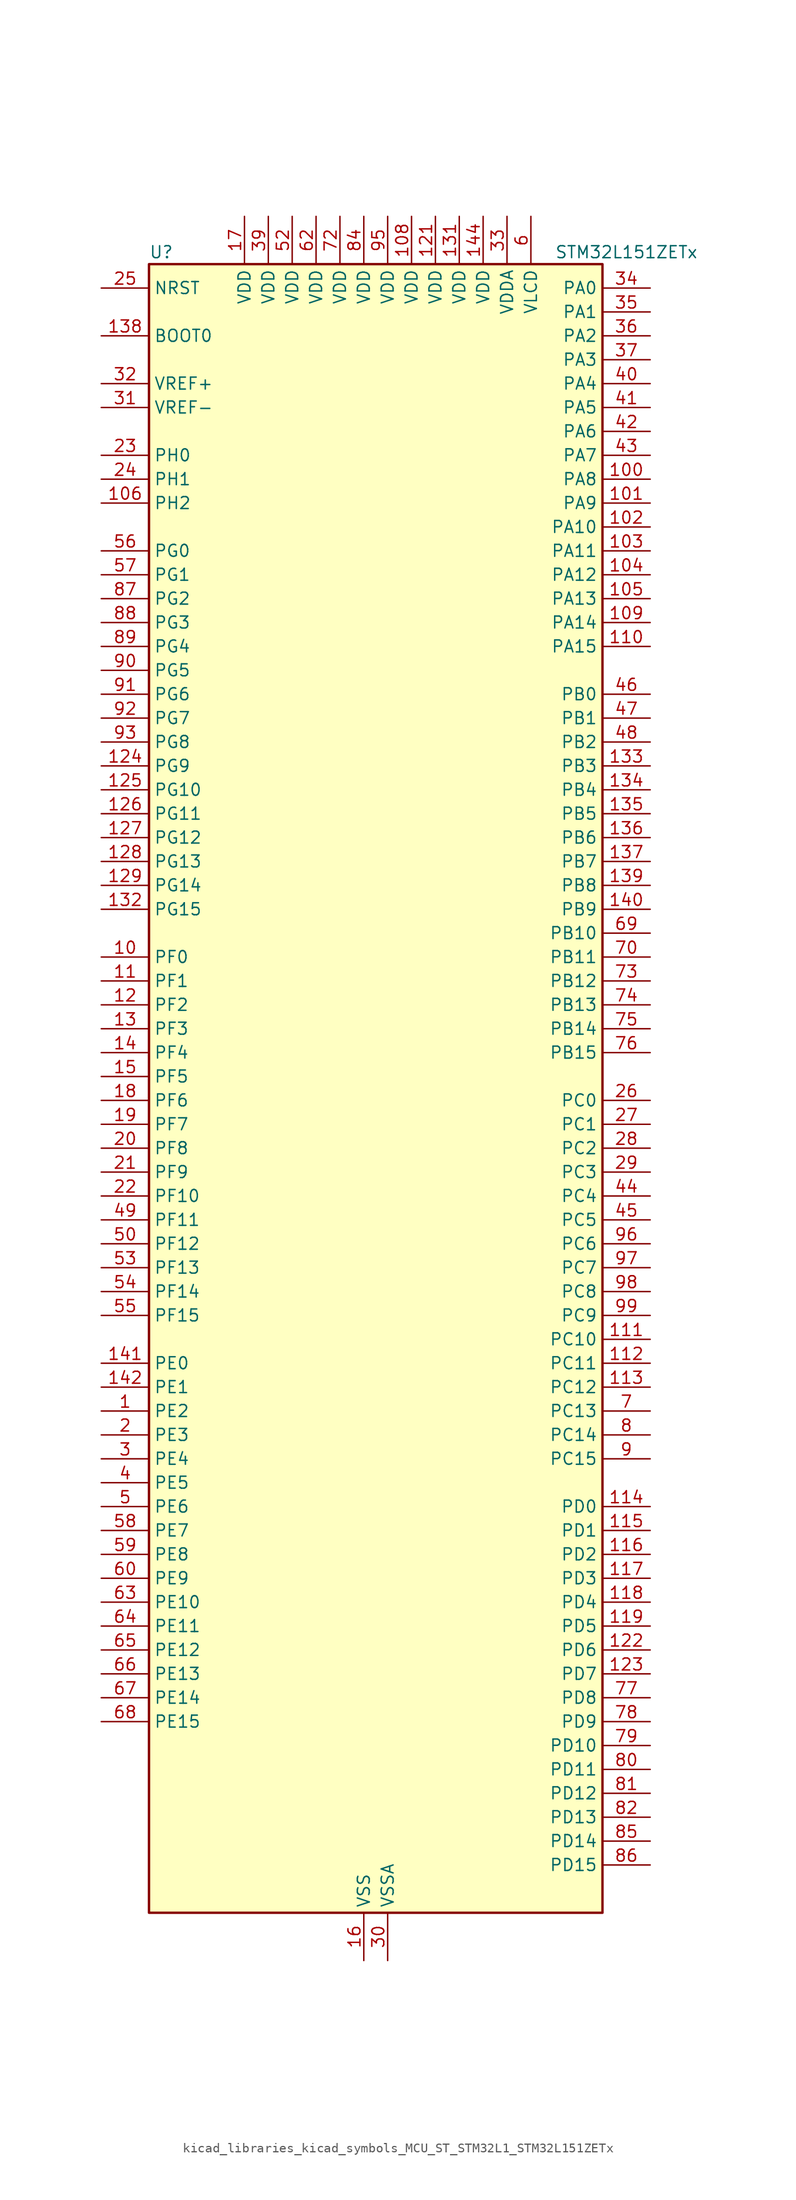
<source format=kicad_sym>
(kicad_symbol_lib
  (version 20220914)
  (generator kicad_symbol_editor)
  (symbol "kicad_libraries_kicad_symbols_MCU_ST_STM32L1_STM32L151ZETx"
    (property "Reference" "U"
      (at -22.86 90.17 0)
      (effects (font (size 1.27 1.27)) (justify left)))
    (property "Value" "STM32L151ZETx"
      (at 20.32 90.17 0)
      (effects (font (size 1.27 1.27)) (justify left)))
    (property "ki_locked" ""
      (at 0 0 0)
      (effects (font (size 1.27 1.27))))
    (symbol "kicad_libraries_kicad_symbols_MCU_ST_STM32L1_STM32L151ZETx_0_1"
      (rectangle (start -22.86 -86.36) (end 25.4 88.9) (stroke (width 0.254) (type default)) (fill (type background))))
    (symbol "kicad_libraries_kicad_symbols_MCU_ST_STM32L1_STM32L151ZETx_1_1"
      (pin bidirectional line (at -27.94 -33.02 0) (length 5.08) (name "PE2" (effects (font (size 1.27 1.27)))) (number "1" (effects (font (size 1.27 1.27)))) (alternate "SYS_TRACECK" bidirectional line) (alternate "TIM3_ETR" bidirectional line) (alternate "TIMX_IC3" bidirectional line))
      (pin bidirectional line (at -27.94 15.24 0) (length 5.08) (name "PF0" (effects (font (size 1.27 1.27)))) (number "10" (effects (font (size 1.27 1.27)))))
      (pin bidirectional line (at 30.48 66.04 180) (length 5.08) (name "PA8" (effects (font (size 1.27 1.27)))) (number "100" (effects (font (size 1.27 1.27)))) (alternate "RCC_MCO" bidirectional line) (alternate "TIMX_IC1" bidirectional line) (alternate "TS_G4_IO1" bidirectional line) (alternate "USART1_CK" bidirectional line))
      (pin bidirectional line (at 30.48 63.5 180) (length 5.08) (name "PA9" (effects (font (size 1.27 1.27)))) (number "101" (effects (font (size 1.27 1.27)))) (alternate "DAC_EXTI9" bidirectional line) (alternate "TIMX_IC2" bidirectional line) (alternate "TS_G4_IO2" bidirectional line) (alternate "USART1_TX" bidirectional line))
      (pin bidirectional line (at 30.48 60.96 180) (length 5.08) (name "PA10" (effects (font (size 1.27 1.27)))) (number "102" (effects (font (size 1.27 1.27)))) (alternate "TIMX_IC3" bidirectional line) (alternate "TS_G4_IO3" bidirectional line) (alternate "USART1_RX" bidirectional line))
      (pin bidirectional line (at 30.48 58.42 180) (length 5.08) (name "PA11" (effects (font (size 1.27 1.27)))) (number "103" (effects (font (size 1.27 1.27)))) (alternate "ADC_EXTI11" bidirectional line) (alternate "SPI1_MISO" bidirectional line) (alternate "TIMX_IC4" bidirectional line) (alternate "USART1_CTS" bidirectional line) (alternate "USB_DM" bidirectional line))
      (pin bidirectional line (at 30.48 55.88 180) (length 5.08) (name "PA12" (effects (font (size 1.27 1.27)))) (number "104" (effects (font (size 1.27 1.27)))) (alternate "SPI1_MOSI" bidirectional line) (alternate "TIMX_IC1" bidirectional line) (alternate "USART1_RTS" bidirectional line) (alternate "USB_DP" bidirectional line))
      (pin bidirectional line (at 30.48 53.34 180) (length 5.08) (name "PA13" (effects (font (size 1.27 1.27)))) (number "105" (effects (font (size 1.27 1.27)))) (alternate "SYS_JTMS-SWDIO" bidirectional line) (alternate "TIMX_IC2" bidirectional line) (alternate "TS_G5_IO1" bidirectional line))
      (pin bidirectional line (at -27.94 63.5 0) (length 5.08) (name "PH2" (effects (font (size 1.27 1.27)))) (number "106" (effects (font (size 1.27 1.27)))))
      (pin passive line (at 0 -91.44 90) (length 5.08) hide (name "VSS" (effects (font (size 1.27 1.27)))) (number "107" (effects (font (size 1.27 1.27)))))
      (pin power_in line (at 5.08 93.98 270) (length 5.08) (name "VDD" (effects (font (size 1.27 1.27)))) (number "108" (effects (font (size 1.27 1.27)))))
      (pin bidirectional line (at 30.48 50.8 180) (length 5.08) (name "PA14" (effects (font (size 1.27 1.27)))) (number "109" (effects (font (size 1.27 1.27)))) (alternate "SYS_JTCK-SWCLK" bidirectional line) (alternate "TIMX_IC3" bidirectional line) (alternate "TS_G5_IO2" bidirectional line))
      (pin bidirectional line (at -27.94 12.7 0) (length 5.08) (name "PF1" (effects (font (size 1.27 1.27)))) (number "11" (effects (font (size 1.27 1.27)))))
      (pin bidirectional line (at 30.48 48.26 180) (length 5.08) (name "PA15" (effects (font (size 1.27 1.27)))) (number "110" (effects (font (size 1.27 1.27)))) (alternate "ADC_EXTI15" bidirectional line) (alternate "I2S3_WS" bidirectional line) (alternate "SPI1_NSS" bidirectional line) (alternate "SPI3_NSS" bidirectional line) (alternate "SYS_JTDI" bidirectional line) (alternate "TIM2_CH1" bidirectional line) (alternate "TIM2_ETR" bidirectional line) (alternate "TIMX_IC4" bidirectional line) (alternate "TS_G5_IO3" bidirectional line))
      (pin bidirectional line (at 30.48 -25.4 180) (length 5.08) (name "PC10" (effects (font (size 1.27 1.27)))) (number "111" (effects (font (size 1.27 1.27)))) (alternate "I2S3_CK" bidirectional line) (alternate "SPI3_SCK" bidirectional line) (alternate "TIMX_IC3" bidirectional line) (alternate "UART4_TX" bidirectional line) (alternate "USART3_TX" bidirectional line))
      (pin bidirectional line (at 30.48 -27.94 180) (length 5.08) (name "PC11" (effects (font (size 1.27 1.27)))) (number "112" (effects (font (size 1.27 1.27)))) (alternate "ADC_EXTI11" bidirectional line) (alternate "SPI3_MISO" bidirectional line) (alternate "TIMX_IC4" bidirectional line) (alternate "UART4_RX" bidirectional line) (alternate "USART3_RX" bidirectional line))
      (pin bidirectional line (at 30.48 -30.48 180) (length 5.08) (name "PC12" (effects (font (size 1.27 1.27)))) (number "113" (effects (font (size 1.27 1.27)))) (alternate "I2S3_SD" bidirectional line) (alternate "SPI3_MOSI" bidirectional line) (alternate "TIMX_IC1" bidirectional line) (alternate "UART5_TX" bidirectional line) (alternate "USART3_CK" bidirectional line))
      (pin bidirectional line (at 30.48 -43.18 180) (length 5.08) (name "PD0" (effects (font (size 1.27 1.27)))) (number "114" (effects (font (size 1.27 1.27)))) (alternate "I2S2_WS" bidirectional line) (alternate "SPI2_NSS" bidirectional line) (alternate "TIM9_CH1" bidirectional line) (alternate "TIMX_IC1" bidirectional line))
      (pin bidirectional line (at 30.48 -45.72 180) (length 5.08) (name "PD1" (effects (font (size 1.27 1.27)))) (number "115" (effects (font (size 1.27 1.27)))) (alternate "I2S2_CK" bidirectional line) (alternate "SPI2_SCK" bidirectional line) (alternate "TIMX_IC2" bidirectional line))
      (pin bidirectional line (at 30.48 -48.26 180) (length 5.08) (name "PD2" (effects (font (size 1.27 1.27)))) (number "116" (effects (font (size 1.27 1.27)))) (alternate "TIM3_ETR" bidirectional line) (alternate "TIMX_IC3" bidirectional line) (alternate "UART5_RX" bidirectional line))
      (pin bidirectional line (at 30.48 -50.8 180) (length 5.08) (name "PD3" (effects (font (size 1.27 1.27)))) (number "117" (effects (font (size 1.27 1.27)))) (alternate "SPI2_MISO" bidirectional line) (alternate "TIMX_IC4" bidirectional line) (alternate "USART2_CTS" bidirectional line))
      (pin bidirectional line (at 30.48 -53.34 180) (length 5.08) (name "PD4" (effects (font (size 1.27 1.27)))) (number "118" (effects (font (size 1.27 1.27)))) (alternate "I2S2_SD" bidirectional line) (alternate "SPI2_MOSI" bidirectional line) (alternate "TIMX_IC1" bidirectional line) (alternate "USART2_RTS" bidirectional line))
      (pin bidirectional line (at 30.48 -55.88 180) (length 5.08) (name "PD5" (effects (font (size 1.27 1.27)))) (number "119" (effects (font (size 1.27 1.27)))) (alternate "TIMX_IC2" bidirectional line) (alternate "USART2_TX" bidirectional line))
      (pin bidirectional line (at -27.94 10.16 0) (length 5.08) (name "PF2" (effects (font (size 1.27 1.27)))) (number "12" (effects (font (size 1.27 1.27)))))
      (pin passive line (at 0 -91.44 90) (length 5.08) hide (name "VSS" (effects (font (size 1.27 1.27)))) (number "120" (effects (font (size 1.27 1.27)))))
      (pin power_in line (at 7.62 93.98 270) (length 5.08) (name "VDD" (effects (font (size 1.27 1.27)))) (number "121" (effects (font (size 1.27 1.27)))))
      (pin bidirectional line (at 30.48 -58.42 180) (length 5.08) (name "PD6" (effects (font (size 1.27 1.27)))) (number "122" (effects (font (size 1.27 1.27)))) (alternate "TIMX_IC3" bidirectional line) (alternate "USART2_RX" bidirectional line))
      (pin bidirectional line (at 30.48 -60.96 180) (length 5.08) (name "PD7" (effects (font (size 1.27 1.27)))) (number "123" (effects (font (size 1.27 1.27)))) (alternate "TIM9_CH2" bidirectional line) (alternate "TIMX_IC4" bidirectional line) (alternate "USART2_CK" bidirectional line))
      (pin bidirectional line (at -27.94 35.56 0) (length 5.08) (name "PG9" (effects (font (size 1.27 1.27)))) (number "124" (effects (font (size 1.27 1.27)))) (alternate "DAC_EXTI9" bidirectional line))
      (pin bidirectional line (at -27.94 33.02 0) (length 5.08) (name "PG10" (effects (font (size 1.27 1.27)))) (number "125" (effects (font (size 1.27 1.27)))))
      (pin bidirectional line (at -27.94 30.48 0) (length 5.08) (name "PG11" (effects (font (size 1.27 1.27)))) (number "126" (effects (font (size 1.27 1.27)))) (alternate "ADC_EXTI11" bidirectional line))
      (pin bidirectional line (at -27.94 27.94 0) (length 5.08) (name "PG12" (effects (font (size 1.27 1.27)))) (number "127" (effects (font (size 1.27 1.27)))))
      (pin bidirectional line (at -27.94 25.4 0) (length 5.08) (name "PG13" (effects (font (size 1.27 1.27)))) (number "128" (effects (font (size 1.27 1.27)))))
      (pin bidirectional line (at -27.94 22.86 0) (length 5.08) (name "PG14" (effects (font (size 1.27 1.27)))) (number "129" (effects (font (size 1.27 1.27)))))
      (pin bidirectional line (at -27.94 7.62 0) (length 5.08) (name "PF3" (effects (font (size 1.27 1.27)))) (number "13" (effects (font (size 1.27 1.27)))))
      (pin passive line (at 0 -91.44 90) (length 5.08) hide (name "VSS" (effects (font (size 1.27 1.27)))) (number "130" (effects (font (size 1.27 1.27)))))
      (pin power_in line (at 10.16 93.98 270) (length 5.08) (name "VDD" (effects (font (size 1.27 1.27)))) (number "131" (effects (font (size 1.27 1.27)))))
      (pin bidirectional line (at -27.94 20.32 0) (length 5.08) (name "PG15" (effects (font (size 1.27 1.27)))) (number "132" (effects (font (size 1.27 1.27)))) (alternate "ADC_EXTI15" bidirectional line))
      (pin bidirectional line (at 30.48 35.56 180) (length 5.08) (name "PB3" (effects (font (size 1.27 1.27)))) (number "133" (effects (font (size 1.27 1.27)))) (alternate "COMP2_INM" bidirectional line) (alternate "I2S3_CK" bidirectional line) (alternate "SPI1_SCK" bidirectional line) (alternate "SPI3_SCK" bidirectional line) (alternate "SYS_JTDO-TRACESWO" bidirectional line) (alternate "TIM2_CH2" bidirectional line))
      (pin bidirectional line (at 30.48 33.02 180) (length 5.08) (name "PB4" (effects (font (size 1.27 1.27)))) (number "134" (effects (font (size 1.27 1.27)))) (alternate "COMP2_INP" bidirectional line) (alternate "SPI1_MISO" bidirectional line) (alternate "SPI3_MISO" bidirectional line) (alternate "SYS_JTRST" bidirectional line) (alternate "TIM3_CH1" bidirectional line) (alternate "TS_G6_IO1" bidirectional line))
      (pin bidirectional line (at 30.48 30.48 180) (length 5.08) (name "PB5" (effects (font (size 1.27 1.27)))) (number "135" (effects (font (size 1.27 1.27)))) (alternate "COMP2_INP" bidirectional line) (alternate "I2C1_SMBA" bidirectional line) (alternate "I2S3_SD" bidirectional line) (alternate "SPI1_MOSI" bidirectional line) (alternate "SPI3_MOSI" bidirectional line) (alternate "TIM3_CH2" bidirectional line) (alternate "TS_G6_IO2" bidirectional line))
      (pin bidirectional line (at 30.48 27.94 180) (length 5.08) (name "PB6" (effects (font (size 1.27 1.27)))) (number "136" (effects (font (size 1.27 1.27)))) (alternate "COMP2_INP" bidirectional line) (alternate "I2C1_SCL" bidirectional line) (alternate "TIM4_CH1" bidirectional line) (alternate "TS_G6_IO3" bidirectional line) (alternate "USART1_TX" bidirectional line))
      (pin bidirectional line (at 30.48 25.4 180) (length 5.08) (name "PB7" (effects (font (size 1.27 1.27)))) (number "137" (effects (font (size 1.27 1.27)))) (alternate "COMP2_INP" bidirectional line) (alternate "I2C1_SDA" bidirectional line) (alternate "SYS_PVD_IN" bidirectional line) (alternate "TIM4_CH2" bidirectional line) (alternate "TS_G6_IO4" bidirectional line) (alternate "USART1_RX" bidirectional line))
      (pin input line (at -27.94 81.28 0) (length 5.08) (name "BOOT0" (effects (font (size 1.27 1.27)))) (number "138" (effects (font (size 1.27 1.27)))))
      (pin bidirectional line (at 30.48 22.86 180) (length 5.08) (name "PB8" (effects (font (size 1.27 1.27)))) (number "139" (effects (font (size 1.27 1.27)))) (alternate "I2C1_SCL" bidirectional line) (alternate "TIM10_CH1" bidirectional line) (alternate "TIM4_CH3" bidirectional line))
      (pin bidirectional line (at -27.94 5.08 0) (length 5.08) (name "PF4" (effects (font (size 1.27 1.27)))) (number "14" (effects (font (size 1.27 1.27)))))
      (pin bidirectional line (at 30.48 20.32 180) (length 5.08) (name "PB9" (effects (font (size 1.27 1.27)))) (number "140" (effects (font (size 1.27 1.27)))) (alternate "DAC_EXTI9" bidirectional line) (alternate "I2C1_SDA" bidirectional line) (alternate "TIM11_CH1" bidirectional line) (alternate "TIM4_CH4" bidirectional line))
      (pin bidirectional line (at -27.94 -27.94 0) (length 5.08) (name "PE0" (effects (font (size 1.27 1.27)))) (number "141" (effects (font (size 1.27 1.27)))) (alternate "TIM10_CH1" bidirectional line) (alternate "TIM4_ETR" bidirectional line) (alternate "TIMX_IC1" bidirectional line))
      (pin bidirectional line (at -27.94 -30.48 0) (length 5.08) (name "PE1" (effects (font (size 1.27 1.27)))) (number "142" (effects (font (size 1.27 1.27)))) (alternate "TIM11_CH1" bidirectional line) (alternate "TIMX_IC2" bidirectional line))
      (pin passive line (at 0 -91.44 90) (length 5.08) hide (name "VSS" (effects (font (size 1.27 1.27)))) (number "143" (effects (font (size 1.27 1.27)))))
      (pin power_in line (at 12.7 93.98 270) (length 5.08) (name "VDD" (effects (font (size 1.27 1.27)))) (number "144" (effects (font (size 1.27 1.27)))))
      (pin bidirectional line (at -27.94 2.54 0) (length 5.08) (name "PF5" (effects (font (size 1.27 1.27)))) (number "15" (effects (font (size 1.27 1.27)))))
      (pin power_in line (at 0 -91.44 90) (length 5.08) (name "VSS" (effects (font (size 1.27 1.27)))) (number "16" (effects (font (size 1.27 1.27)))))
      (pin power_in line (at -12.7 93.98 270) (length 5.08) (name "VDD" (effects (font (size 1.27 1.27)))) (number "17" (effects (font (size 1.27 1.27)))))
      (pin bidirectional line (at -27.94 0 0) (length 5.08) (name "PF6" (effects (font (size 1.27 1.27)))) (number "18" (effects (font (size 1.27 1.27)))) (alternate "ADC_IN27" bidirectional line) (alternate "TIM5_CH1" bidirectional line) (alternate "TIM5_ETR" bidirectional line) (alternate "TS_G11_IO1" bidirectional line))
      (pin bidirectional line (at -27.94 -2.54 0) (length 5.08) (name "PF7" (effects (font (size 1.27 1.27)))) (number "19" (effects (font (size 1.27 1.27)))) (alternate "ADC_IN28" bidirectional line) (alternate "COMP1_INP" bidirectional line) (alternate "TIM5_CH2" bidirectional line) (alternate "TS_G11_IO2" bidirectional line))
      (pin bidirectional line (at -27.94 -35.56 0) (length 5.08) (name "PE3" (effects (font (size 1.27 1.27)))) (number "2" (effects (font (size 1.27 1.27)))) (alternate "SYS_TRACED0" bidirectional line) (alternate "TIM3_CH1" bidirectional line) (alternate "TIMX_IC4" bidirectional line))
      (pin bidirectional line (at -27.94 -5.08 0) (length 5.08) (name "PF8" (effects (font (size 1.27 1.27)))) (number "20" (effects (font (size 1.27 1.27)))) (alternate "ADC_IN29" bidirectional line) (alternate "COMP1_INP" bidirectional line) (alternate "TIM5_CH3" bidirectional line) (alternate "TS_G11_IO3" bidirectional line))
      (pin bidirectional line (at -27.94 -7.62 0) (length 5.08) (name "PF9" (effects (font (size 1.27 1.27)))) (number "21" (effects (font (size 1.27 1.27)))) (alternate "ADC_IN30" bidirectional line) (alternate "COMP1_INP" bidirectional line) (alternate "DAC_EXTI9" bidirectional line) (alternate "TIM5_CH4" bidirectional line) (alternate "TS_G11_IO4" bidirectional line))
      (pin bidirectional line (at -27.94 -10.16 0) (length 5.08) (name "PF10" (effects (font (size 1.27 1.27)))) (number "22" (effects (font (size 1.27 1.27)))) (alternate "ADC_IN31" bidirectional line) (alternate "COMP1_INP" bidirectional line) (alternate "TS_G11_IO5" bidirectional line))
      (pin bidirectional line (at -27.94 68.58 0) (length 5.08) (name "PH0" (effects (font (size 1.27 1.27)))) (number "23" (effects (font (size 1.27 1.27)))) (alternate "RCC_OSC_IN" bidirectional line))
      (pin bidirectional line (at -27.94 66.04 0) (length 5.08) (name "PH1" (effects (font (size 1.27 1.27)))) (number "24" (effects (font (size 1.27 1.27)))) (alternate "RCC_OSC_OUT" bidirectional line))
      (pin input line (at -27.94 86.36 0) (length 5.08) (name "NRST" (effects (font (size 1.27 1.27)))) (number "25" (effects (font (size 1.27 1.27)))))
      (pin bidirectional line (at 30.48 0 180) (length 5.08) (name "PC0" (effects (font (size 1.27 1.27)))) (number "26" (effects (font (size 1.27 1.27)))) (alternate "ADC_IN10" bidirectional line) (alternate "COMP1_INP" bidirectional line) (alternate "TIMX_IC1" bidirectional line) (alternate "TS_G8_IO1" bidirectional line))
      (pin bidirectional line (at 30.48 -2.54 180) (length 5.08) (name "PC1" (effects (font (size 1.27 1.27)))) (number "27" (effects (font (size 1.27 1.27)))) (alternate "ADC_IN11" bidirectional line) (alternate "COMP1_INP" bidirectional line) (alternate "TIMX_IC2" bidirectional line) (alternate "TS_G8_IO2" bidirectional line))
      (pin bidirectional line (at 30.48 -5.08 180) (length 5.08) (name "PC2" (effects (font (size 1.27 1.27)))) (number "28" (effects (font (size 1.27 1.27)))) (alternate "ADC_IN12" bidirectional line) (alternate "COMP1_INP" bidirectional line) (alternate "TIMX_IC3" bidirectional line) (alternate "TS_G8_IO3" bidirectional line))
      (pin bidirectional line (at 30.48 -7.62 180) (length 5.08) (name "PC3" (effects (font (size 1.27 1.27)))) (number "29" (effects (font (size 1.27 1.27)))) (alternate "ADC_IN13" bidirectional line) (alternate "COMP1_INP" bidirectional line) (alternate "TIMX_IC4" bidirectional line) (alternate "TS_G8_IO4" bidirectional line))
      (pin bidirectional line (at -27.94 -38.1 0) (length 5.08) (name "PE4" (effects (font (size 1.27 1.27)))) (number "3" (effects (font (size 1.27 1.27)))) (alternate "SYS_TRACED1" bidirectional line) (alternate "TIM3_CH2" bidirectional line) (alternate "TIMX_IC1" bidirectional line))
      (pin power_in line (at 2.54 -91.44 90) (length 5.08) (name "VSSA" (effects (font (size 1.27 1.27)))) (number "30" (effects (font (size 1.27 1.27)))))
      (pin input line (at -27.94 73.66 0) (length 5.08) (name "VREF-" (effects (font (size 1.27 1.27)))) (number "31" (effects (font (size 1.27 1.27)))))
      (pin input line (at -27.94 76.2 0) (length 5.08) (name "VREF+" (effects (font (size 1.27 1.27)))) (number "32" (effects (font (size 1.27 1.27)))))
      (pin power_in line (at 15.24 93.98 270) (length 5.08) (name "VDDA" (effects (font (size 1.27 1.27)))) (number "33" (effects (font (size 1.27 1.27)))))
      (pin bidirectional line (at 30.48 86.36 180) (length 5.08) (name "PA0" (effects (font (size 1.27 1.27)))) (number "34" (effects (font (size 1.27 1.27)))) (alternate "ADC_IN0" bidirectional line) (alternate "COMP1_INP" bidirectional line) (alternate "RTC_TAMP2" bidirectional line) (alternate "SYS_WKUP1" bidirectional line) (alternate "TIM2_CH1" bidirectional line) (alternate "TIM2_ETR" bidirectional line) (alternate "TIM5_CH1" bidirectional line) (alternate "TIMX_IC1" bidirectional line) (alternate "TS_G1_IO1" bidirectional line) (alternate "USART2_CTS" bidirectional line))
      (pin bidirectional line (at 30.48 83.82 180) (length 5.08) (name "PA1" (effects (font (size 1.27 1.27)))) (number "35" (effects (font (size 1.27 1.27)))) (alternate "ADC_IN1" bidirectional line) (alternate "COMP1_INP" bidirectional line) (alternate "OPAMP1_VINP" bidirectional line) (alternate "TIM2_CH2" bidirectional line) (alternate "TIM5_CH2" bidirectional line) (alternate "TIMX_IC2" bidirectional line) (alternate "TS_G1_IO2" bidirectional line) (alternate "USART2_RTS" bidirectional line))
      (pin bidirectional line (at 30.48 81.28 180) (length 5.08) (name "PA2" (effects (font (size 1.27 1.27)))) (number "36" (effects (font (size 1.27 1.27)))) (alternate "ADC_IN2" bidirectional line) (alternate "COMP1_INP" bidirectional line) (alternate "OPAMP1_VINM" bidirectional line) (alternate "TIM2_CH3" bidirectional line) (alternate "TIM5_CH3" bidirectional line) (alternate "TIM9_CH1" bidirectional line) (alternate "TIMX_IC3" bidirectional line) (alternate "TS_G1_IO3" bidirectional line) (alternate "USART2_TX" bidirectional line))
      (pin bidirectional line (at 30.48 78.74 180) (length 5.08) (name "PA3" (effects (font (size 1.27 1.27)))) (number "37" (effects (font (size 1.27 1.27)))) (alternate "ADC_IN3" bidirectional line) (alternate "COMP1_INP" bidirectional line) (alternate "OPAMP1_VOUT" bidirectional line) (alternate "TIM2_CH4" bidirectional line) (alternate "TIM5_CH4" bidirectional line) (alternate "TIM9_CH2" bidirectional line) (alternate "TIMX_IC4" bidirectional line) (alternate "TS_G1_IO4" bidirectional line) (alternate "USART2_RX" bidirectional line))
      (pin passive line (at 0 -91.44 90) (length 5.08) hide (name "VSS" (effects (font (size 1.27 1.27)))) (number "38" (effects (font (size 1.27 1.27)))))
      (pin power_in line (at -10.16 93.98 270) (length 5.08) (name "VDD" (effects (font (size 1.27 1.27)))) (number "39" (effects (font (size 1.27 1.27)))))
      (pin bidirectional line (at -27.94 -40.64 0) (length 5.08) (name "PE5" (effects (font (size 1.27 1.27)))) (number "4" (effects (font (size 1.27 1.27)))) (alternate "SYS_TRACED2" bidirectional line) (alternate "TIM9_CH1" bidirectional line) (alternate "TIMX_IC2" bidirectional line))
      (pin bidirectional line (at 30.48 76.2 180) (length 5.08) (name "PA4" (effects (font (size 1.27 1.27)))) (number "40" (effects (font (size 1.27 1.27)))) (alternate "ADC_IN4" bidirectional line) (alternate "COMP1_INP" bidirectional line) (alternate "DAC_OUT1" bidirectional line) (alternate "I2S3_WS" bidirectional line) (alternate "SPI1_NSS" bidirectional line) (alternate "SPI3_NSS" bidirectional line) (alternate "TIMX_IC1" bidirectional line) (alternate "USART2_CK" bidirectional line))
      (pin bidirectional line (at 30.48 73.66 180) (length 5.08) (name "PA5" (effects (font (size 1.27 1.27)))) (number "41" (effects (font (size 1.27 1.27)))) (alternate "ADC_IN5" bidirectional line) (alternate "COMP1_INP" bidirectional line) (alternate "DAC_OUT2" bidirectional line) (alternate "SPI1_SCK" bidirectional line) (alternate "TIM2_CH1" bidirectional line) (alternate "TIM2_ETR" bidirectional line) (alternate "TIMX_IC2" bidirectional line))
      (pin bidirectional line (at 30.48 71.12 180) (length 5.08) (name "PA6" (effects (font (size 1.27 1.27)))) (number "42" (effects (font (size 1.27 1.27)))) (alternate "ADC_IN6" bidirectional line) (alternate "COMP1_INP" bidirectional line) (alternate "OPAMP2_VINP" bidirectional line) (alternate "SPI1_MISO" bidirectional line) (alternate "TIM10_CH1" bidirectional line) (alternate "TIM3_CH1" bidirectional line) (alternate "TIMX_IC3" bidirectional line) (alternate "TS_G2_IO1" bidirectional line))
      (pin bidirectional line (at 30.48 68.58 180) (length 5.08) (name "PA7" (effects (font (size 1.27 1.27)))) (number "43" (effects (font (size 1.27 1.27)))) (alternate "ADC_IN7" bidirectional line) (alternate "COMP1_INP" bidirectional line) (alternate "OPAMP2_VINM" bidirectional line) (alternate "SPI1_MOSI" bidirectional line) (alternate "TIM11_CH1" bidirectional line) (alternate "TIM3_CH2" bidirectional line) (alternate "TIMX_IC4" bidirectional line) (alternate "TS_G2_IO2" bidirectional line))
      (pin bidirectional line (at 30.48 -10.16 180) (length 5.08) (name "PC4" (effects (font (size 1.27 1.27)))) (number "44" (effects (font (size 1.27 1.27)))) (alternate "ADC_IN14" bidirectional line) (alternate "COMP1_INP" bidirectional line) (alternate "TIMX_IC1" bidirectional line) (alternate "TS_G9_IO1" bidirectional line))
      (pin bidirectional line (at 30.48 -12.7 180) (length 5.08) (name "PC5" (effects (font (size 1.27 1.27)))) (number "45" (effects (font (size 1.27 1.27)))) (alternate "ADC_IN15" bidirectional line) (alternate "COMP1_INP" bidirectional line) (alternate "TIMX_IC2" bidirectional line) (alternate "TS_G9_IO2" bidirectional line))
      (pin bidirectional line (at 30.48 43.18 180) (length 5.08) (name "PB0" (effects (font (size 1.27 1.27)))) (number "46" (effects (font (size 1.27 1.27)))) (alternate "ADC_IN8" bidirectional line) (alternate "COMP1_INP" bidirectional line) (alternate "OPAMP2_VOUT" bidirectional line) (alternate "SYS_V_REF_OUT" bidirectional line) (alternate "TIM3_CH3" bidirectional line) (alternate "TS_G3_IO1" bidirectional line))
      (pin bidirectional line (at 30.48 40.64 180) (length 5.08) (name "PB1" (effects (font (size 1.27 1.27)))) (number "47" (effects (font (size 1.27 1.27)))) (alternate "ADC_IN9" bidirectional line) (alternate "COMP1_INP" bidirectional line) (alternate "SYS_V_REF_OUT" bidirectional line) (alternate "TIM3_CH4" bidirectional line) (alternate "TS_G3_IO2" bidirectional line))
      (pin bidirectional line (at 30.48 38.1 180) (length 5.08) (name "PB2" (effects (font (size 1.27 1.27)))) (number "48" (effects (font (size 1.27 1.27)))) (alternate "ADC_IN0b" bidirectional line) (alternate "TS_G3_IO3" bidirectional line))
      (pin bidirectional line (at -27.94 -12.7 0) (length 5.08) (name "PF11" (effects (font (size 1.27 1.27)))) (number "49" (effects (font (size 1.27 1.27)))) (alternate "ADC_EXTI11" bidirectional line) (alternate "ADC_IN1b" bidirectional line) (alternate "TS_G3_IO4" bidirectional line))
      (pin bidirectional line (at -27.94 -43.18 0) (length 5.08) (name "PE6" (effects (font (size 1.27 1.27)))) (number "5" (effects (font (size 1.27 1.27)))) (alternate "RTC_TAMP3" bidirectional line) (alternate "SYS_TRACED3" bidirectional line) (alternate "SYS_WKUP3" bidirectional line) (alternate "TIM9_CH2" bidirectional line) (alternate "TIMX_IC3" bidirectional line))
      (pin bidirectional line (at -27.94 -15.24 0) (length 5.08) (name "PF12" (effects (font (size 1.27 1.27)))) (number "50" (effects (font (size 1.27 1.27)))) (alternate "ADC_IN2b" bidirectional line) (alternate "TS_G3_IO5" bidirectional line))
      (pin passive line (at 0 -91.44 90) (length 5.08) hide (name "VSS" (effects (font (size 1.27 1.27)))) (number "51" (effects (font (size 1.27 1.27)))))
      (pin power_in line (at -7.62 93.98 270) (length 5.08) (name "VDD" (effects (font (size 1.27 1.27)))) (number "52" (effects (font (size 1.27 1.27)))))
      (pin bidirectional line (at -27.94 -17.78 0) (length 5.08) (name "PF13" (effects (font (size 1.27 1.27)))) (number "53" (effects (font (size 1.27 1.27)))) (alternate "ADC_IN3b" bidirectional line) (alternate "TS_G9_IO3" bidirectional line))
      (pin bidirectional line (at -27.94 -20.32 0) (length 5.08) (name "PF14" (effects (font (size 1.27 1.27)))) (number "54" (effects (font (size 1.27 1.27)))) (alternate "ADC_IN6b" bidirectional line) (alternate "TS_G9_IO4" bidirectional line))
      (pin bidirectional line (at -27.94 -22.86 0) (length 5.08) (name "PF15" (effects (font (size 1.27 1.27)))) (number "55" (effects (font (size 1.27 1.27)))) (alternate "ADC_EXTI15" bidirectional line) (alternate "ADC_IN7b" bidirectional line) (alternate "TS_G2_IO3" bidirectional line))
      (pin bidirectional line (at -27.94 58.42 0) (length 5.08) (name "PG0" (effects (font (size 1.27 1.27)))) (number "56" (effects (font (size 1.27 1.27)))) (alternate "ADC_IN8b" bidirectional line) (alternate "TS_G2_IO4" bidirectional line))
      (pin bidirectional line (at -27.94 55.88 0) (length 5.08) (name "PG1" (effects (font (size 1.27 1.27)))) (number "57" (effects (font (size 1.27 1.27)))) (alternate "ADC_IN9b" bidirectional line) (alternate "TS_G2_IO5" bidirectional line))
      (pin bidirectional line (at -27.94 -45.72 0) (length 5.08) (name "PE7" (effects (font (size 1.27 1.27)))) (number "58" (effects (font (size 1.27 1.27)))) (alternate "ADC_IN22" bidirectional line) (alternate "COMP1_INP" bidirectional line) (alternate "TIMX_IC4" bidirectional line))
      (pin bidirectional line (at -27.94 -48.26 0) (length 5.08) (name "PE8" (effects (font (size 1.27 1.27)))) (number "59" (effects (font (size 1.27 1.27)))) (alternate "ADC_IN23" bidirectional line) (alternate "COMP1_INP" bidirectional line) (alternate "TIMX_IC1" bidirectional line))
      (pin power_in line (at 17.78 93.98 270) (length 5.08) (name "VLCD" (effects (font (size 1.27 1.27)))) (number "6" (effects (font (size 1.27 1.27)))))
      (pin bidirectional line (at -27.94 -50.8 0) (length 5.08) (name "PE9" (effects (font (size 1.27 1.27)))) (number "60" (effects (font (size 1.27 1.27)))) (alternate "ADC_IN24" bidirectional line) (alternate "COMP1_INP" bidirectional line) (alternate "DAC_EXTI9" bidirectional line) (alternate "TIM2_CH1" bidirectional line) (alternate "TIM2_ETR" bidirectional line) (alternate "TIMX_IC2" bidirectional line))
      (pin passive line (at 0 -91.44 90) (length 5.08) hide (name "VSS" (effects (font (size 1.27 1.27)))) (number "61" (effects (font (size 1.27 1.27)))))
      (pin power_in line (at -5.08 93.98 270) (length 5.08) (name "VDD" (effects (font (size 1.27 1.27)))) (number "62" (effects (font (size 1.27 1.27)))))
      (pin bidirectional line (at -27.94 -53.34 0) (length 5.08) (name "PE10" (effects (font (size 1.27 1.27)))) (number "63" (effects (font (size 1.27 1.27)))) (alternate "ADC_IN25" bidirectional line) (alternate "COMP1_INP" bidirectional line) (alternate "TIM2_CH2" bidirectional line) (alternate "TIMX_IC3" bidirectional line))
      (pin bidirectional line (at -27.94 -55.88 0) (length 5.08) (name "PE11" (effects (font (size 1.27 1.27)))) (number "64" (effects (font (size 1.27 1.27)))) (alternate "ADC_EXTI11" bidirectional line) (alternate "TIM2_CH3" bidirectional line) (alternate "TIMX_IC4" bidirectional line))
      (pin bidirectional line (at -27.94 -58.42 0) (length 5.08) (name "PE12" (effects (font (size 1.27 1.27)))) (number "65" (effects (font (size 1.27 1.27)))) (alternate "SPI1_NSS" bidirectional line) (alternate "TIM2_CH4" bidirectional line) (alternate "TIMX_IC1" bidirectional line))
      (pin bidirectional line (at -27.94 -60.96 0) (length 5.08) (name "PE13" (effects (font (size 1.27 1.27)))) (number "66" (effects (font (size 1.27 1.27)))) (alternate "SPI1_SCK" bidirectional line) (alternate "TIMX_IC2" bidirectional line))
      (pin bidirectional line (at -27.94 -63.5 0) (length 5.08) (name "PE14" (effects (font (size 1.27 1.27)))) (number "67" (effects (font (size 1.27 1.27)))) (alternate "SPI1_MISO" bidirectional line) (alternate "TIMX_IC3" bidirectional line))
      (pin bidirectional line (at -27.94 -66.04 0) (length 5.08) (name "PE15" (effects (font (size 1.27 1.27)))) (number "68" (effects (font (size 1.27 1.27)))) (alternate "ADC_EXTI15" bidirectional line) (alternate "SPI1_MOSI" bidirectional line) (alternate "TIMX_IC4" bidirectional line))
      (pin bidirectional line (at 30.48 17.78 180) (length 5.08) (name "PB10" (effects (font (size 1.27 1.27)))) (number "69" (effects (font (size 1.27 1.27)))) (alternate "I2C2_SCL" bidirectional line) (alternate "TIM2_CH3" bidirectional line) (alternate "USART3_TX" bidirectional line))
      (pin bidirectional line (at 30.48 -33.02 180) (length 5.08) (name "PC13" (effects (font (size 1.27 1.27)))) (number "7" (effects (font (size 1.27 1.27)))) (alternate "RTC_OUT_ALARM" bidirectional line) (alternate "RTC_OUT_CALIB" bidirectional line) (alternate "RTC_TAMP1" bidirectional line) (alternate "RTC_TS" bidirectional line) (alternate "SYS_WKUP2" bidirectional line) (alternate "TIMX_IC2" bidirectional line))
      (pin bidirectional line (at 30.48 15.24 180) (length 5.08) (name "PB11" (effects (font (size 1.27 1.27)))) (number "70" (effects (font (size 1.27 1.27)))) (alternate "ADC_EXTI11" bidirectional line) (alternate "I2C2_SDA" bidirectional line) (alternate "TIM2_CH4" bidirectional line) (alternate "USART3_RX" bidirectional line))
      (pin passive line (at 0 -91.44 90) (length 5.08) hide (name "VSS" (effects (font (size 1.27 1.27)))) (number "71" (effects (font (size 1.27 1.27)))))
      (pin power_in line (at -2.54 93.98 270) (length 5.08) (name "VDD" (effects (font (size 1.27 1.27)))) (number "72" (effects (font (size 1.27 1.27)))))
      (pin bidirectional line (at 30.48 12.7 180) (length 5.08) (name "PB12" (effects (font (size 1.27 1.27)))) (number "73" (effects (font (size 1.27 1.27)))) (alternate "ADC_IN18" bidirectional line) (alternate "COMP1_INP" bidirectional line) (alternate "I2C2_SMBA" bidirectional line) (alternate "I2S2_WS" bidirectional line) (alternate "SPI2_NSS" bidirectional line) (alternate "TIM10_CH1" bidirectional line) (alternate "TS_G7_IO1" bidirectional line) (alternate "USART3_CK" bidirectional line))
      (pin bidirectional line (at 30.48 10.16 180) (length 5.08) (name "PB13" (effects (font (size 1.27 1.27)))) (number "74" (effects (font (size 1.27 1.27)))) (alternate "ADC_IN19" bidirectional line) (alternate "COMP1_INP" bidirectional line) (alternate "I2S2_CK" bidirectional line) (alternate "SPI2_SCK" bidirectional line) (alternate "TIM9_CH1" bidirectional line) (alternate "TS_G7_IO2" bidirectional line) (alternate "USART3_CTS" bidirectional line))
      (pin bidirectional line (at 30.48 7.62 180) (length 5.08) (name "PB14" (effects (font (size 1.27 1.27)))) (number "75" (effects (font (size 1.27 1.27)))) (alternate "ADC_IN20" bidirectional line) (alternate "COMP1_INP" bidirectional line) (alternate "SPI2_MISO" bidirectional line) (alternate "TIM9_CH2" bidirectional line) (alternate "TS_G7_IO3" bidirectional line) (alternate "USART3_RTS" bidirectional line))
      (pin bidirectional line (at 30.48 5.08 180) (length 5.08) (name "PB15" (effects (font (size 1.27 1.27)))) (number "76" (effects (font (size 1.27 1.27)))) (alternate "ADC_EXTI15" bidirectional line) (alternate "ADC_IN21" bidirectional line) (alternate "COMP1_INP" bidirectional line) (alternate "I2S2_SD" bidirectional line) (alternate "RTC_REFIN" bidirectional line) (alternate "SPI2_MOSI" bidirectional line) (alternate "TIM11_CH1" bidirectional line) (alternate "TS_G7_IO4" bidirectional line))
      (pin bidirectional line (at 30.48 -63.5 180) (length 5.08) (name "PD8" (effects (font (size 1.27 1.27)))) (number "77" (effects (font (size 1.27 1.27)))) (alternate "TIMX_IC1" bidirectional line) (alternate "USART3_TX" bidirectional line))
      (pin bidirectional line (at 30.48 -66.04 180) (length 5.08) (name "PD9" (effects (font (size 1.27 1.27)))) (number "78" (effects (font (size 1.27 1.27)))) (alternate "DAC_EXTI9" bidirectional line) (alternate "TIMX_IC2" bidirectional line) (alternate "USART3_RX" bidirectional line))
      (pin bidirectional line (at 30.48 -68.58 180) (length 5.08) (name "PD10" (effects (font (size 1.27 1.27)))) (number "79" (effects (font (size 1.27 1.27)))) (alternate "TIMX_IC3" bidirectional line) (alternate "USART3_CK" bidirectional line))
      (pin bidirectional line (at 30.48 -35.56 180) (length 5.08) (name "PC14" (effects (font (size 1.27 1.27)))) (number "8" (effects (font (size 1.27 1.27)))) (alternate "RCC_OSC32_IN" bidirectional line) (alternate "TIMX_IC3" bidirectional line))
      (pin bidirectional line (at 30.48 -71.12 180) (length 5.08) (name "PD11" (effects (font (size 1.27 1.27)))) (number "80" (effects (font (size 1.27 1.27)))) (alternate "ADC_EXTI11" bidirectional line) (alternate "TIMX_IC4" bidirectional line) (alternate "USART3_CTS" bidirectional line))
      (pin bidirectional line (at 30.48 -73.66 180) (length 5.08) (name "PD12" (effects (font (size 1.27 1.27)))) (number "81" (effects (font (size 1.27 1.27)))) (alternate "TIM4_CH1" bidirectional line) (alternate "TIMX_IC1" bidirectional line) (alternate "USART3_RTS" bidirectional line))
      (pin bidirectional line (at 30.48 -76.2 180) (length 5.08) (name "PD13" (effects (font (size 1.27 1.27)))) (number "82" (effects (font (size 1.27 1.27)))) (alternate "TIM4_CH2" bidirectional line) (alternate "TIMX_IC2" bidirectional line))
      (pin passive line (at 0 -91.44 90) (length 5.08) hide (name "VSS" (effects (font (size 1.27 1.27)))) (number "83" (effects (font (size 1.27 1.27)))))
      (pin power_in line (at 0 93.98 270) (length 5.08) (name "VDD" (effects (font (size 1.27 1.27)))) (number "84" (effects (font (size 1.27 1.27)))))
      (pin bidirectional line (at 30.48 -78.74 180) (length 5.08) (name "PD14" (effects (font (size 1.27 1.27)))) (number "85" (effects (font (size 1.27 1.27)))) (alternate "TIM4_CH3" bidirectional line) (alternate "TIMX_IC3" bidirectional line))
      (pin bidirectional line (at 30.48 -81.28 180) (length 5.08) (name "PD15" (effects (font (size 1.27 1.27)))) (number "86" (effects (font (size 1.27 1.27)))) (alternate "ADC_EXTI15" bidirectional line) (alternate "TIM4_CH4" bidirectional line) (alternate "TIMX_IC4" bidirectional line))
      (pin bidirectional line (at -27.94 53.34 0) (length 5.08) (name "PG2" (effects (font (size 1.27 1.27)))) (number "87" (effects (font (size 1.27 1.27)))) (alternate "ADC_IN10b" bidirectional line) (alternate "TS_G7_IO5" bidirectional line))
      (pin bidirectional line (at -27.94 50.8 0) (length 5.08) (name "PG3" (effects (font (size 1.27 1.27)))) (number "88" (effects (font (size 1.27 1.27)))) (alternate "ADC_IN11b" bidirectional line) (alternate "TS_G7_IO6" bidirectional line))
      (pin bidirectional line (at -27.94 48.26 0) (length 5.08) (name "PG4" (effects (font (size 1.27 1.27)))) (number "89" (effects (font (size 1.27 1.27)))) (alternate "ADC_IN12b" bidirectional line) (alternate "TS_G7_IO7" bidirectional line))
      (pin bidirectional line (at 30.48 -38.1 180) (length 5.08) (name "PC15" (effects (font (size 1.27 1.27)))) (number "9" (effects (font (size 1.27 1.27)))) (alternate "ADC_EXTI15" bidirectional line) (alternate "RCC_OSC32_OUT" bidirectional line) (alternate "TIMX_IC4" bidirectional line))
      (pin bidirectional line (at -27.94 45.72 0) (length 5.08) (name "PG5" (effects (font (size 1.27 1.27)))) (number "90" (effects (font (size 1.27 1.27)))))
      (pin bidirectional line (at -27.94 43.18 0) (length 5.08) (name "PG6" (effects (font (size 1.27 1.27)))) (number "91" (effects (font (size 1.27 1.27)))))
      (pin bidirectional line (at -27.94 40.64 0) (length 5.08) (name "PG7" (effects (font (size 1.27 1.27)))) (number "92" (effects (font (size 1.27 1.27)))))
      (pin bidirectional line (at -27.94 38.1 0) (length 5.08) (name "PG8" (effects (font (size 1.27 1.27)))) (number "93" (effects (font (size 1.27 1.27)))))
      (pin passive line (at 0 -91.44 90) (length 5.08) hide (name "VSS" (effects (font (size 1.27 1.27)))) (number "94" (effects (font (size 1.27 1.27)))))
      (pin power_in line (at 2.54 93.98 270) (length 5.08) (name "VDD" (effects (font (size 1.27 1.27)))) (number "95" (effects (font (size 1.27 1.27)))))
      (pin bidirectional line (at 30.48 -15.24 180) (length 5.08) (name "PC6" (effects (font (size 1.27 1.27)))) (number "96" (effects (font (size 1.27 1.27)))) (alternate "I2S2_MCK" bidirectional line) (alternate "TIM3_CH1" bidirectional line) (alternate "TIMX_IC3" bidirectional line) (alternate "TS_G10_IO1" bidirectional line))
      (pin bidirectional line (at 30.48 -17.78 180) (length 5.08) (name "PC7" (effects (font (size 1.27 1.27)))) (number "97" (effects (font (size 1.27 1.27)))) (alternate "I2S3_MCK" bidirectional line) (alternate "TIM3_CH2" bidirectional line) (alternate "TIMX_IC4" bidirectional line) (alternate "TS_G10_IO2" bidirectional line))
      (pin bidirectional line (at 30.48 -20.32 180) (length 5.08) (name "PC8" (effects (font (size 1.27 1.27)))) (number "98" (effects (font (size 1.27 1.27)))) (alternate "TIM3_CH3" bidirectional line) (alternate "TIMX_IC1" bidirectional line) (alternate "TS_G10_IO3" bidirectional line))
      (pin bidirectional line (at 30.48 -22.86 180) (length 5.08) (name "PC9" (effects (font (size 1.27 1.27)))) (number "99" (effects (font (size 1.27 1.27)))) (alternate "DAC_EXTI9" bidirectional line) (alternate "TIM3_CH4" bidirectional line) (alternate "TIMX_IC2" bidirectional line) (alternate "TS_G10_IO4" bidirectional line)))))
</source>
